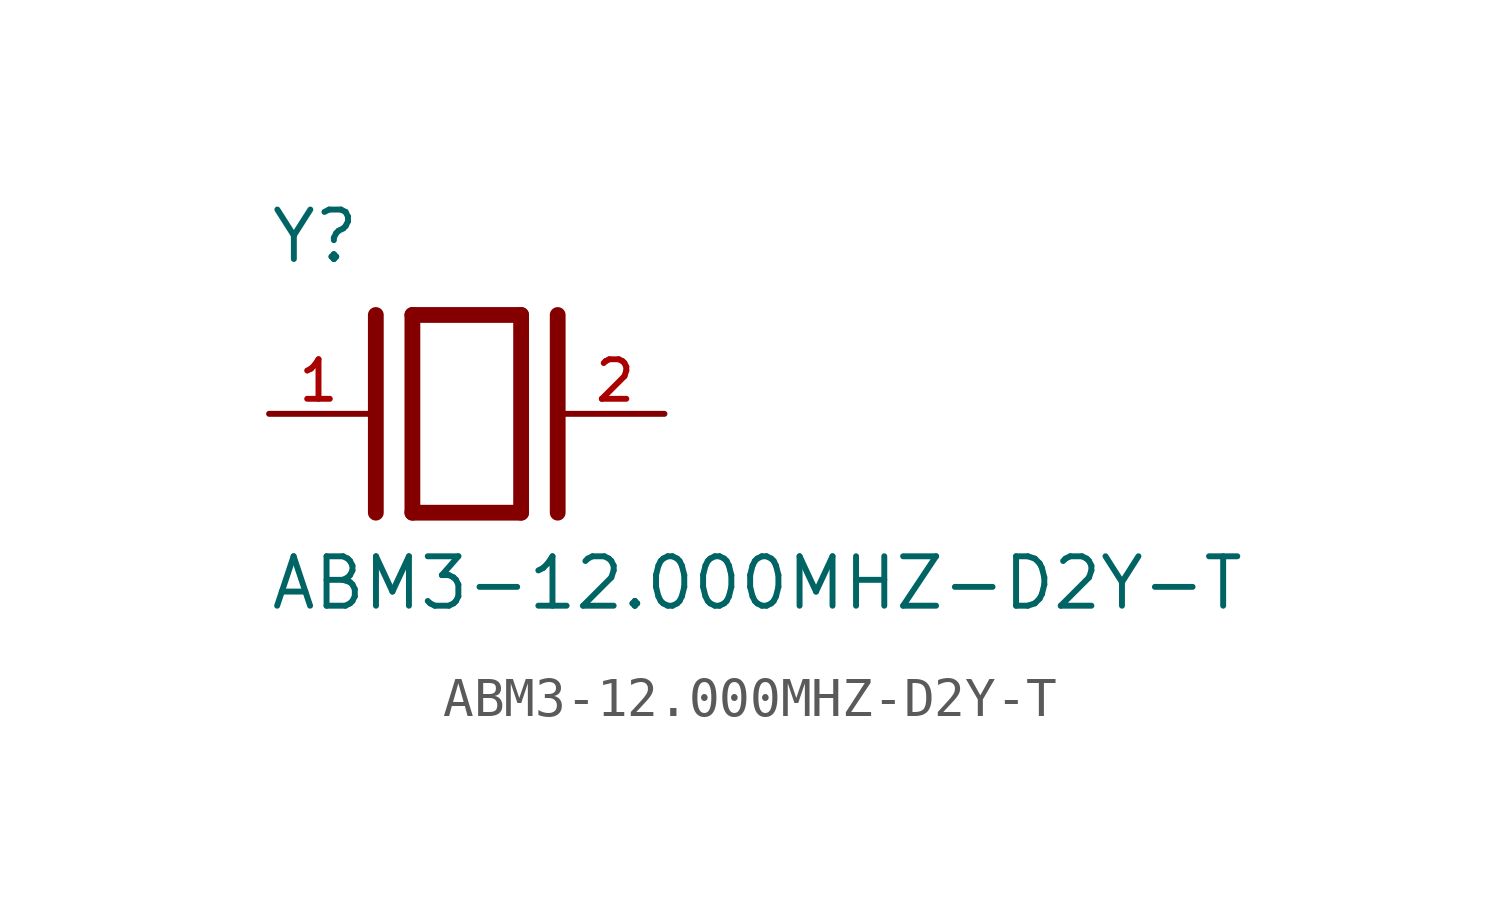
<source format=kicad_sym>
(kicad_symbol_lib
  (version 20211014)
  (generator kicad_symbol_editor)
  (symbol "ABM3-12.000MHZ-D2Y-T"
    (pin_names
      (offset 1.016))
    (property "Reference" "Y"
      (at -5.088 3.816 0)
      (effects (font (size 1.27 1.27)) (justify bottom left)))
    (property "Value" "ABM3-12.000MHZ-D2Y-T"
      (at -5.094 -5.094 0)
      (effects (font (size 1.27 1.27)) (justify bottom left)))
    (symbol "ABM3-12.000MHZ-D2Y-T_0_0"
      (polyline (pts (xy -1.397 2.54) (xy 1.397 2.54)) (stroke (width 0.406)))
      (polyline (pts (xy 1.397 2.54) (xy 1.397 -2.54)) (stroke (width 0.406)))
      (polyline (pts (xy 1.397 -2.54) (xy -1.397 -2.54)) (stroke (width 0.406)))
      (polyline (pts (xy -1.397 2.54) (xy -1.397 -2.54)) (stroke (width 0.406)))
      (polyline (pts (xy 2.337 2.54) (xy 2.337 -2.54)) (stroke (width 0.406)))
      (polyline (pts (xy -2.337 2.54) (xy -2.337 -2.54)) (stroke (width 0.406)))
      (pin passive line (at 5.08 0.0 180.0) (length 2.54) (name "~" (effects (font (size 1.016 1.016)))) (number "2" (effects (font (size 1.016 1.016)))))
      (pin passive line (at -5.08 0.0 0) (length 2.54) (name "~" (effects (font (size 1.016 1.016)))) (number "1" (effects (font (size 1.016 1.016))))))))
</source>
